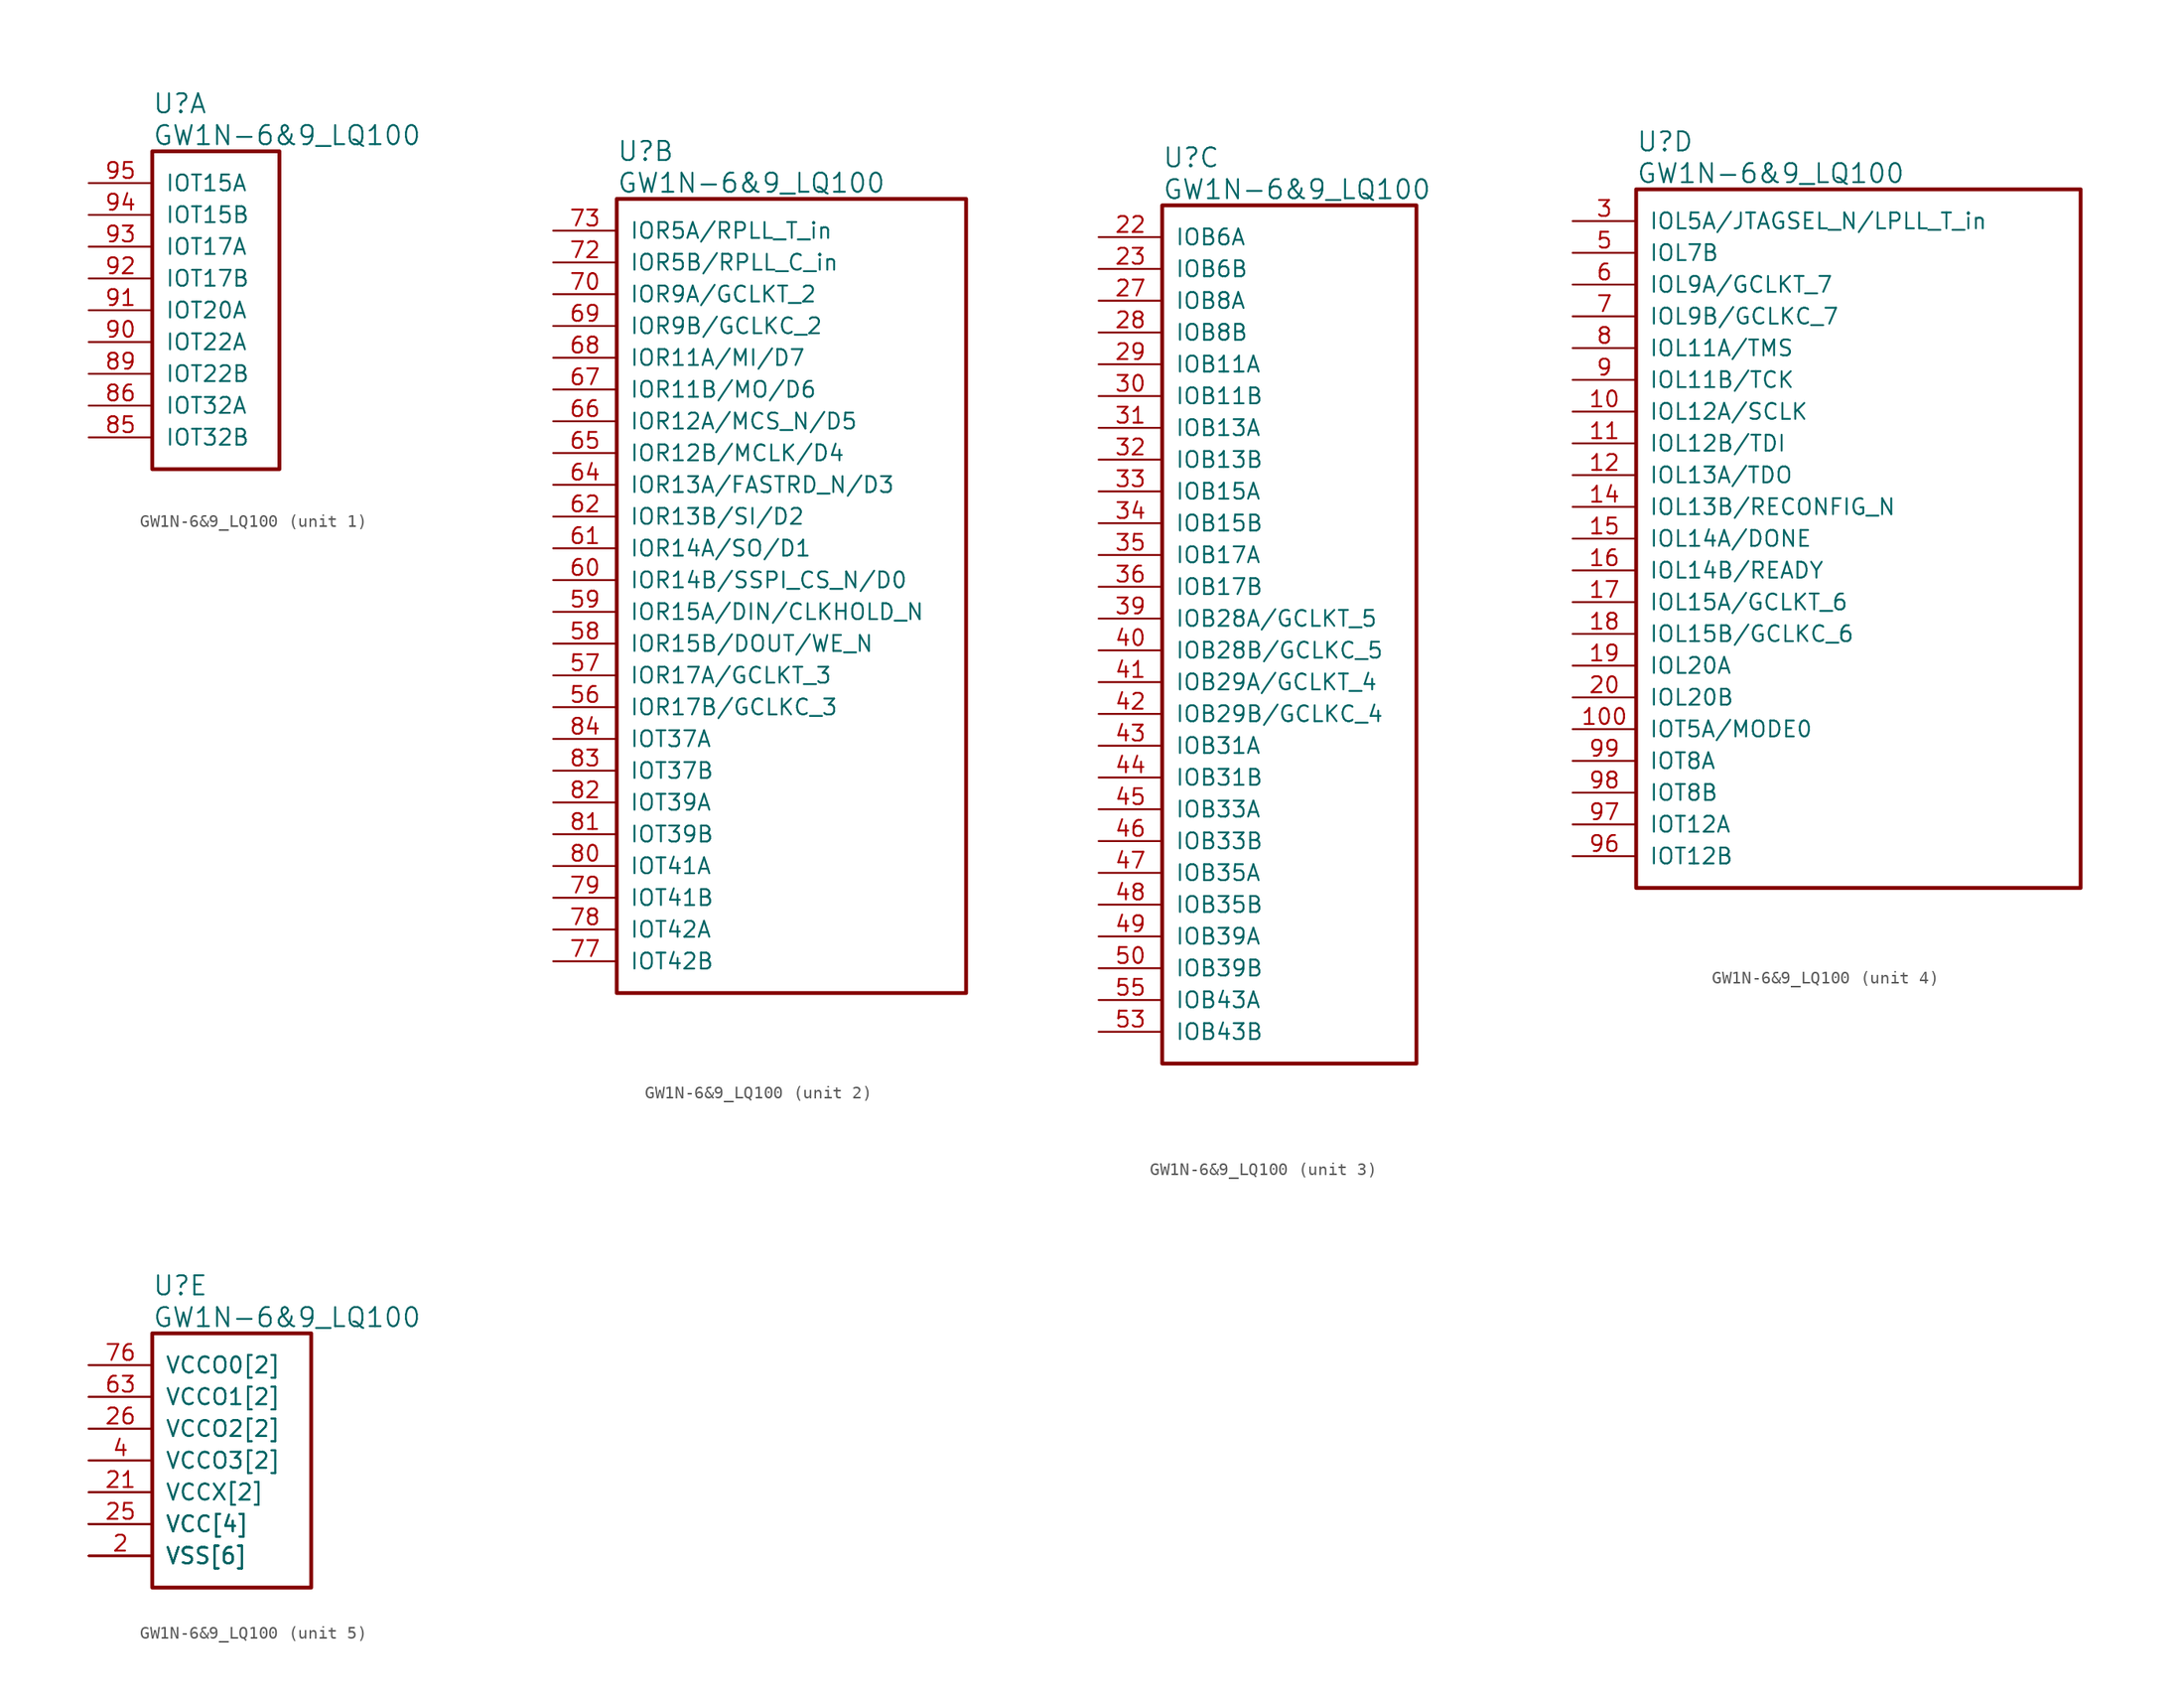
<source format=kicad_sym>
(kicad_symbol_lib
  (version 20220914)
  (generator kicad_symbol_editor)
  (symbol "GW1N-6&9_LQ100"
    (pin_names
      (offset 1.016))
    (property "Reference" "U"
      (at 5.08 6.35 0)
      (effects (font (size 1.524 1.524)) (justify left)))
    (property "Value" "GW1N-6&9_LQ100"
      (at 5.08 3.81 0)
      (effects (font (size 1.524 1.524)) (justify left)))
    (property "ki_locked" ""
      (at 0 0 0)
      (effects (font (size 1.27 1.27))))
    (symbol "GW1N-6&9_LQ100_1_1"
      (rectangle (start 5.08 2.54) (end 15.24 -22.86) (stroke (width 0.305) (type solid)) (fill (type none)))
      (pin bidirectional line (at 0 -20.32 0) (length 5.08) (name "IOT32B" (effects (font (size 1.27 1.27)))) (number "85" (effects (font (size 1.27 1.27)))))
      (pin bidirectional line (at 0 -17.78 0) (length 5.08) (name "IOT32A" (effects (font (size 1.27 1.27)))) (number "86" (effects (font (size 1.27 1.27)))))
      (pin bidirectional line (at 0 -15.24 0) (length 5.08) (name "IOT22B" (effects (font (size 1.27 1.27)))) (number "89" (effects (font (size 1.27 1.27)))))
      (pin bidirectional line (at 0 -12.7 0) (length 5.08) (name "IOT22A" (effects (font (size 1.27 1.27)))) (number "90" (effects (font (size 1.27 1.27)))))
      (pin bidirectional line (at 0 -10.16 0) (length 5.08) (name "IOT20A" (effects (font (size 1.27 1.27)))) (number "91" (effects (font (size 1.27 1.27)))))
      (pin bidirectional line (at 0 -7.62 0) (length 5.08) (name "IOT17B" (effects (font (size 1.27 1.27)))) (number "92" (effects (font (size 1.27 1.27)))))
      (pin bidirectional line (at 0 -5.08 0) (length 5.08) (name "IOT17A" (effects (font (size 1.27 1.27)))) (number "93" (effects (font (size 1.27 1.27)))))
      (pin bidirectional line (at 0 -2.54 0) (length 5.08) (name "IOT15B" (effects (font (size 1.27 1.27)))) (number "94" (effects (font (size 1.27 1.27)))))
      (pin bidirectional line (at 0 0 0) (length 5.08) (name "IOT15A" (effects (font (size 1.27 1.27)))) (number "95" (effects (font (size 1.27 1.27))))))
    (symbol "GW1N-6&9_LQ100_2_1"
      (rectangle (start 5.08 2.54) (end 33.02 -60.96) (stroke (width 0.305) (type solid)) (fill (type none)))
      (pin bidirectional line (at 0 -38.1 0) (length 5.08) (name "IOR17B/GCLKC_3" (effects (font (size 1.27 1.27)))) (number "56" (effects (font (size 1.27 1.27)))))
      (pin bidirectional line (at 0 -35.56 0) (length 5.08) (name "IOR17A/GCLKT_3" (effects (font (size 1.27 1.27)))) (number "57" (effects (font (size 1.27 1.27)))))
      (pin bidirectional line (at 0 -33.02 0) (length 5.08) (name "IOR15B/DOUT/WE_N" (effects (font (size 1.27 1.27)))) (number "58" (effects (font (size 1.27 1.27)))))
      (pin bidirectional line (at 0 -30.48 0) (length 5.08) (name "IOR15A/DIN/CLKHOLD_N" (effects (font (size 1.27 1.27)))) (number "59" (effects (font (size 1.27 1.27)))))
      (pin bidirectional line (at 0 -27.94 0) (length 5.08) (name "IOR14B/SSPI_CS_N/D0" (effects (font (size 1.27 1.27)))) (number "60" (effects (font (size 1.27 1.27)))))
      (pin bidirectional line (at 0 -25.4 0) (length 5.08) (name "IOR14A/SO/D1" (effects (font (size 1.27 1.27)))) (number "61" (effects (font (size 1.27 1.27)))))
      (pin bidirectional line (at 0 -22.86 0) (length 5.08) (name "IOR13B/SI/D2" (effects (font (size 1.27 1.27)))) (number "62" (effects (font (size 1.27 1.27)))))
      (pin bidirectional line (at 0 -20.32 0) (length 5.08) (name "IOR13A/FASTRD_N/D3" (effects (font (size 1.27 1.27)))) (number "64" (effects (font (size 1.27 1.27)))))
      (pin bidirectional line (at 0 -17.78 0) (length 5.08) (name "IOR12B/MCLK/D4" (effects (font (size 1.27 1.27)))) (number "65" (effects (font (size 1.27 1.27)))))
      (pin bidirectional line (at 0 -15.24 0) (length 5.08) (name "IOR12A/MCS_N/D5" (effects (font (size 1.27 1.27)))) (number "66" (effects (font (size 1.27 1.27)))))
      (pin bidirectional line (at 0 -12.7 0) (length 5.08) (name "IOR11B/MO/D6" (effects (font (size 1.27 1.27)))) (number "67" (effects (font (size 1.27 1.27)))))
      (pin bidirectional line (at 0 -10.16 0) (length 5.08) (name "IOR11A/MI/D7" (effects (font (size 1.27 1.27)))) (number "68" (effects (font (size 1.27 1.27)))))
      (pin bidirectional line (at 0 -7.62 0) (length 5.08) (name "IOR9B/GCLKC_2" (effects (font (size 1.27 1.27)))) (number "69" (effects (font (size 1.27 1.27)))))
      (pin bidirectional line (at 0 -5.08 0) (length 5.08) (name "IOR9A/GCLKT_2" (effects (font (size 1.27 1.27)))) (number "70" (effects (font (size 1.27 1.27)))))
      (pin bidirectional line (at 0 -2.54 0) (length 5.08) (name "IOR5B/RPLL_C_in" (effects (font (size 1.27 1.27)))) (number "72" (effects (font (size 1.27 1.27)))))
      (pin bidirectional line (at 0 0 0) (length 5.08) (name "IOR5A/RPLL_T_in" (effects (font (size 1.27 1.27)))) (number "73" (effects (font (size 1.27 1.27)))))
      (pin bidirectional line (at 0 -58.42 0) (length 5.08) (name "IOT42B" (effects (font (size 1.27 1.27)))) (number "77" (effects (font (size 1.27 1.27)))))
      (pin bidirectional line (at 0 -55.88 0) (length 5.08) (name "IOT42A" (effects (font (size 1.27 1.27)))) (number "78" (effects (font (size 1.27 1.27)))))
      (pin bidirectional line (at 0 -53.34 0) (length 5.08) (name "IOT41B" (effects (font (size 1.27 1.27)))) (number "79" (effects (font (size 1.27 1.27)))))
      (pin bidirectional line (at 0 -50.8 0) (length 5.08) (name "IOT41A" (effects (font (size 1.27 1.27)))) (number "80" (effects (font (size 1.27 1.27)))))
      (pin bidirectional line (at 0 -48.26 0) (length 5.08) (name "IOT39B" (effects (font (size 1.27 1.27)))) (number "81" (effects (font (size 1.27 1.27)))))
      (pin bidirectional line (at 0 -45.72 0) (length 5.08) (name "IOT39A" (effects (font (size 1.27 1.27)))) (number "82" (effects (font (size 1.27 1.27)))))
      (pin bidirectional line (at 0 -43.18 0) (length 5.08) (name "IOT37B" (effects (font (size 1.27 1.27)))) (number "83" (effects (font (size 1.27 1.27)))))
      (pin bidirectional line (at 0 -40.64 0) (length 5.08) (name "IOT37A" (effects (font (size 1.27 1.27)))) (number "84" (effects (font (size 1.27 1.27))))))
    (symbol "GW1N-6&9_LQ100_3_1"
      (rectangle (start 5.08 2.54) (end 25.4 -66.04) (stroke (width 0.305) (type solid)) (fill (type none)))
      (pin bidirectional line (at 0 0 0) (length 5.08) (name "IOB6A" (effects (font (size 1.27 1.27)))) (number "22" (effects (font (size 1.27 1.27)))))
      (pin bidirectional line (at 0 -2.54 0) (length 5.08) (name "IOB6B" (effects (font (size 1.27 1.27)))) (number "23" (effects (font (size 1.27 1.27)))))
      (pin bidirectional line (at 0 -5.08 0) (length 5.08) (name "IOB8A" (effects (font (size 1.27 1.27)))) (number "27" (effects (font (size 1.27 1.27)))))
      (pin bidirectional line (at 0 -7.62 0) (length 5.08) (name "IOB8B" (effects (font (size 1.27 1.27)))) (number "28" (effects (font (size 1.27 1.27)))))
      (pin bidirectional line (at 0 -10.16 0) (length 5.08) (name "IOB11A" (effects (font (size 1.27 1.27)))) (number "29" (effects (font (size 1.27 1.27)))))
      (pin bidirectional line (at 0 -12.7 0) (length 5.08) (name "IOB11B" (effects (font (size 1.27 1.27)))) (number "30" (effects (font (size 1.27 1.27)))))
      (pin bidirectional line (at 0 -15.24 0) (length 5.08) (name "IOB13A" (effects (font (size 1.27 1.27)))) (number "31" (effects (font (size 1.27 1.27)))))
      (pin bidirectional line (at 0 -17.78 0) (length 5.08) (name "IOB13B" (effects (font (size 1.27 1.27)))) (number "32" (effects (font (size 1.27 1.27)))))
      (pin bidirectional line (at 0 -20.32 0) (length 5.08) (name "IOB15A" (effects (font (size 1.27 1.27)))) (number "33" (effects (font (size 1.27 1.27)))))
      (pin bidirectional line (at 0 -22.86 0) (length 5.08) (name "IOB15B" (effects (font (size 1.27 1.27)))) (number "34" (effects (font (size 1.27 1.27)))))
      (pin bidirectional line (at 0 -25.4 0) (length 5.08) (name "IOB17A" (effects (font (size 1.27 1.27)))) (number "35" (effects (font (size 1.27 1.27)))))
      (pin bidirectional line (at 0 -27.94 0) (length 5.08) (name "IOB17B" (effects (font (size 1.27 1.27)))) (number "36" (effects (font (size 1.27 1.27)))))
      (pin bidirectional line (at 0 -30.48 0) (length 5.08) (name "IOB28A/GCLKT_5" (effects (font (size 1.27 1.27)))) (number "39" (effects (font (size 1.27 1.27)))))
      (pin bidirectional line (at 0 -33.02 0) (length 5.08) (name "IOB28B/GCLKC_5" (effects (font (size 1.27 1.27)))) (number "40" (effects (font (size 1.27 1.27)))))
      (pin bidirectional line (at 0 -35.56 0) (length 5.08) (name "IOB29A/GCLKT_4" (effects (font (size 1.27 1.27)))) (number "41" (effects (font (size 1.27 1.27)))))
      (pin bidirectional line (at 0 -38.1 0) (length 5.08) (name "IOB29B/GCLKC_4" (effects (font (size 1.27 1.27)))) (number "42" (effects (font (size 1.27 1.27)))))
      (pin bidirectional line (at 0 -40.64 0) (length 5.08) (name "IOB31A" (effects (font (size 1.27 1.27)))) (number "43" (effects (font (size 1.27 1.27)))))
      (pin bidirectional line (at 0 -43.18 0) (length 5.08) (name "IOB31B" (effects (font (size 1.27 1.27)))) (number "44" (effects (font (size 1.27 1.27)))))
      (pin bidirectional line (at 0 -45.72 0) (length 5.08) (name "IOB33A" (effects (font (size 1.27 1.27)))) (number "45" (effects (font (size 1.27 1.27)))))
      (pin bidirectional line (at 0 -48.26 0) (length 5.08) (name "IOB33B" (effects (font (size 1.27 1.27)))) (number "46" (effects (font (size 1.27 1.27)))))
      (pin bidirectional line (at 0 -50.8 0) (length 5.08) (name "IOB35A" (effects (font (size 1.27 1.27)))) (number "47" (effects (font (size 1.27 1.27)))))
      (pin bidirectional line (at 0 -53.34 0) (length 5.08) (name "IOB35B" (effects (font (size 1.27 1.27)))) (number "48" (effects (font (size 1.27 1.27)))))
      (pin bidirectional line (at 0 -55.88 0) (length 5.08) (name "IOB39A" (effects (font (size 1.27 1.27)))) (number "49" (effects (font (size 1.27 1.27)))))
      (pin bidirectional line (at 0 -58.42 0) (length 5.08) (name "IOB39B" (effects (font (size 1.27 1.27)))) (number "50" (effects (font (size 1.27 1.27)))))
      (pin bidirectional line (at 0 -63.5 0) (length 5.08) (name "IOB43B" (effects (font (size 1.27 1.27)))) (number "53" (effects (font (size 1.27 1.27)))))
      (pin bidirectional line (at 0 -60.96 0) (length 5.08) (name "IOB43A" (effects (font (size 1.27 1.27)))) (number "55" (effects (font (size 1.27 1.27))))))
    (symbol "GW1N-6&9_LQ100_4_1"
      (rectangle (start 5.08 2.54) (end 40.64 -53.34) (stroke (width 0.305) (type solid)) (fill (type none)))
      (pin bidirectional line (at 0 -15.24 0) (length 5.08) (name "IOL12A/SCLK" (effects (font (size 1.27 1.27)))) (number "10" (effects (font (size 1.27 1.27)))))
      (pin bidirectional line (at 0 -40.64 0) (length 5.08) (name "IOT5A/MODE0" (effects (font (size 1.27 1.27)))) (number "100" (effects (font (size 1.27 1.27)))))
      (pin bidirectional line (at 0 -17.78 0) (length 5.08) (name "IOL12B/TDI" (effects (font (size 1.27 1.27)))) (number "11" (effects (font (size 1.27 1.27)))))
      (pin bidirectional line (at 0 -20.32 0) (length 5.08) (name "IOL13A/TDO" (effects (font (size 1.27 1.27)))) (number "12" (effects (font (size 1.27 1.27)))))
      (pin bidirectional line (at 0 -22.86 0) (length 5.08) (name "IOL13B/RECONFIG_N" (effects (font (size 1.27 1.27)))) (number "14" (effects (font (size 1.27 1.27)))))
      (pin bidirectional line (at 0 -25.4 0) (length 5.08) (name "IOL14A/DONE" (effects (font (size 1.27 1.27)))) (number "15" (effects (font (size 1.27 1.27)))))
      (pin bidirectional line (at 0 -27.94 0) (length 5.08) (name "IOL14B/READY" (effects (font (size 1.27 1.27)))) (number "16" (effects (font (size 1.27 1.27)))))
      (pin bidirectional line (at 0 -30.48 0) (length 5.08) (name "IOL15A/GCLKT_6" (effects (font (size 1.27 1.27)))) (number "17" (effects (font (size 1.27 1.27)))))
      (pin bidirectional line (at 0 -33.02 0) (length 5.08) (name "IOL15B/GCLKC_6" (effects (font (size 1.27 1.27)))) (number "18" (effects (font (size 1.27 1.27)))))
      (pin bidirectional line (at 0 -35.56 0) (length 5.08) (name "IOL20A" (effects (font (size 1.27 1.27)))) (number "19" (effects (font (size 1.27 1.27)))))
      (pin bidirectional line (at 0 -38.1 0) (length 5.08) (name "IOL20B" (effects (font (size 1.27 1.27)))) (number "20" (effects (font (size 1.27 1.27)))))
      (pin bidirectional line (at 0 0 0) (length 5.08) (name "IOL5A/JTAGSEL_N/LPLL_T_in" (effects (font (size 1.27 1.27)))) (number "3" (effects (font (size 1.27 1.27)))))
      (pin bidirectional line (at 0 -2.54 0) (length 5.08) (name "IOL7B" (effects (font (size 1.27 1.27)))) (number "5" (effects (font (size 1.27 1.27)))))
      (pin bidirectional line (at 0 -5.08 0) (length 5.08) (name "IOL9A/GCLKT_7" (effects (font (size 1.27 1.27)))) (number "6" (effects (font (size 1.27 1.27)))))
      (pin bidirectional line (at 0 -7.62 0) (length 5.08) (name "IOL9B/GCLKC_7" (effects (font (size 1.27 1.27)))) (number "7" (effects (font (size 1.27 1.27)))))
      (pin bidirectional line (at 0 -10.16 0) (length 5.08) (name "IOL11A/TMS" (effects (font (size 1.27 1.27)))) (number "8" (effects (font (size 1.27 1.27)))))
      (pin bidirectional line (at 0 -12.7 0) (length 5.08) (name "IOL11B/TCK" (effects (font (size 1.27 1.27)))) (number "9" (effects (font (size 1.27 1.27)))))
      (pin bidirectional line (at 0 -50.8 0) (length 5.08) (name "IOT12B" (effects (font (size 1.27 1.27)))) (number "96" (effects (font (size 1.27 1.27)))))
      (pin bidirectional line (at 0 -48.26 0) (length 5.08) (name "IOT12A" (effects (font (size 1.27 1.27)))) (number "97" (effects (font (size 1.27 1.27)))))
      (pin bidirectional line (at 0 -45.72 0) (length 5.08) (name "IOT8B" (effects (font (size 1.27 1.27)))) (number "98" (effects (font (size 1.27 1.27)))))
      (pin bidirectional line (at 0 -43.18 0) (length 5.08) (name "IOT8A" (effects (font (size 1.27 1.27)))) (number "99" (effects (font (size 1.27 1.27))))))
    (symbol "GW1N-6&9_LQ100_5_1"
      (rectangle (start 5.08 2.54) (end 17.78 -17.78) (stroke (width 0.305) (type solid)) (fill (type none)))
      (pin power_in line (at 0 -12.7 0) (length 5.08) (name "VCC[4]" (effects (font (size 1.27 1.27)))) (number "1" (effects (font (size 0 0)))))
      (pin power_in line (at 0 -7.62 0) (length 5.08) (name "VCCO3[2]" (effects (font (size 1.27 1.27)))) (number "13" (effects (font (size 0 0)))))
      (pin power_in line (at 0 -15.24 0) (length 5.08) (name "VSS[6]" (effects (font (size 1.27 1.27)))) (number "2" (effects (font (size 1.27 1.27)))))
      (pin power_in line (at 0 -10.16 0) (length 5.08) (name "VCCX[2]" (effects (font (size 1.27 1.27)))) (number "21" (effects (font (size 1.27 1.27)))))
      (pin power_in line (at 0 -15.24 0) (length 5.08) (name "VSS[6]" (effects (font (size 1.27 1.27)))) (number "24" (effects (font (size 0 0)))))
      (pin power_in line (at 0 -12.7 0) (length 5.08) (name "VCC[4]" (effects (font (size 1.27 1.27)))) (number "25" (effects (font (size 1.27 1.27)))))
      (pin power_in line (at 0 -5.08 0) (length 5.08) (name "VCCO2[2]" (effects (font (size 1.27 1.27)))) (number "26" (effects (font (size 1.27 1.27)))))
      (pin power_in line (at 0 -15.24 0) (length 5.08) (name "VSS[6]" (effects (font (size 1.27 1.27)))) (number "37" (effects (font (size 0 0)))))
      (pin power_in line (at 0 -5.08 0) (length 5.08) (name "VCCO2[2]" (effects (font (size 1.27 1.27)))) (number "38" (effects (font (size 0 0)))))
      (pin power_in line (at 0 -7.62 0) (length 5.08) (name "VCCO3[2]" (effects (font (size 1.27 1.27)))) (number "4" (effects (font (size 1.27 1.27)))))
      (pin power_in line (at 0 -12.7 0) (length 5.08) (name "VCC[4]" (effects (font (size 1.27 1.27)))) (number "51" (effects (font (size 0 0)))))
      (pin power_in line (at 0 -15.24 0) (length 5.08) (name "VSS[6]" (effects (font (size 1.27 1.27)))) (number "52" (effects (font (size 0 0)))))
      (pin power_in line (at 0 -10.16 0) (length 5.08) (name "VCCX[2]" (effects (font (size 1.27 1.27)))) (number "54" (effects (font (size 0 0)))))
      (pin power_in line (at 0 -2.54 0) (length 5.08) (name "VCCO1[2]" (effects (font (size 1.27 1.27)))) (number "63" (effects (font (size 1.27 1.27)))))
      (pin power_in line (at 0 -2.54 0) (length 5.08) (name "VCCO1[2]" (effects (font (size 1.27 1.27)))) (number "71" (effects (font (size 0 0)))))
      (pin power_in line (at 0 -15.24 0) (length 5.08) (name "VSS[6]" (effects (font (size 1.27 1.27)))) (number "74" (effects (font (size 0 0)))))
      (pin power_in line (at 0 -12.7 0) (length 5.08) (name "VCC[4]" (effects (font (size 1.27 1.27)))) (number "75" (effects (font (size 0 0)))))
      (pin power_in line (at 0 0 0) (length 5.08) (name "VCCO0[2]" (effects (font (size 1.27 1.27)))) (number "76" (effects (font (size 1.27 1.27)))))
      (pin power_in line (at 0 -15.24 0) (length 5.08) (name "VSS[6]" (effects (font (size 1.27 1.27)))) (number "87" (effects (font (size 0 0)))))
      (pin power_in line (at 0 0 0) (length 5.08) (name "VCCO0[2]" (effects (font (size 1.27 1.27)))) (number "88" (effects (font (size 0 0))))))))
</source>
